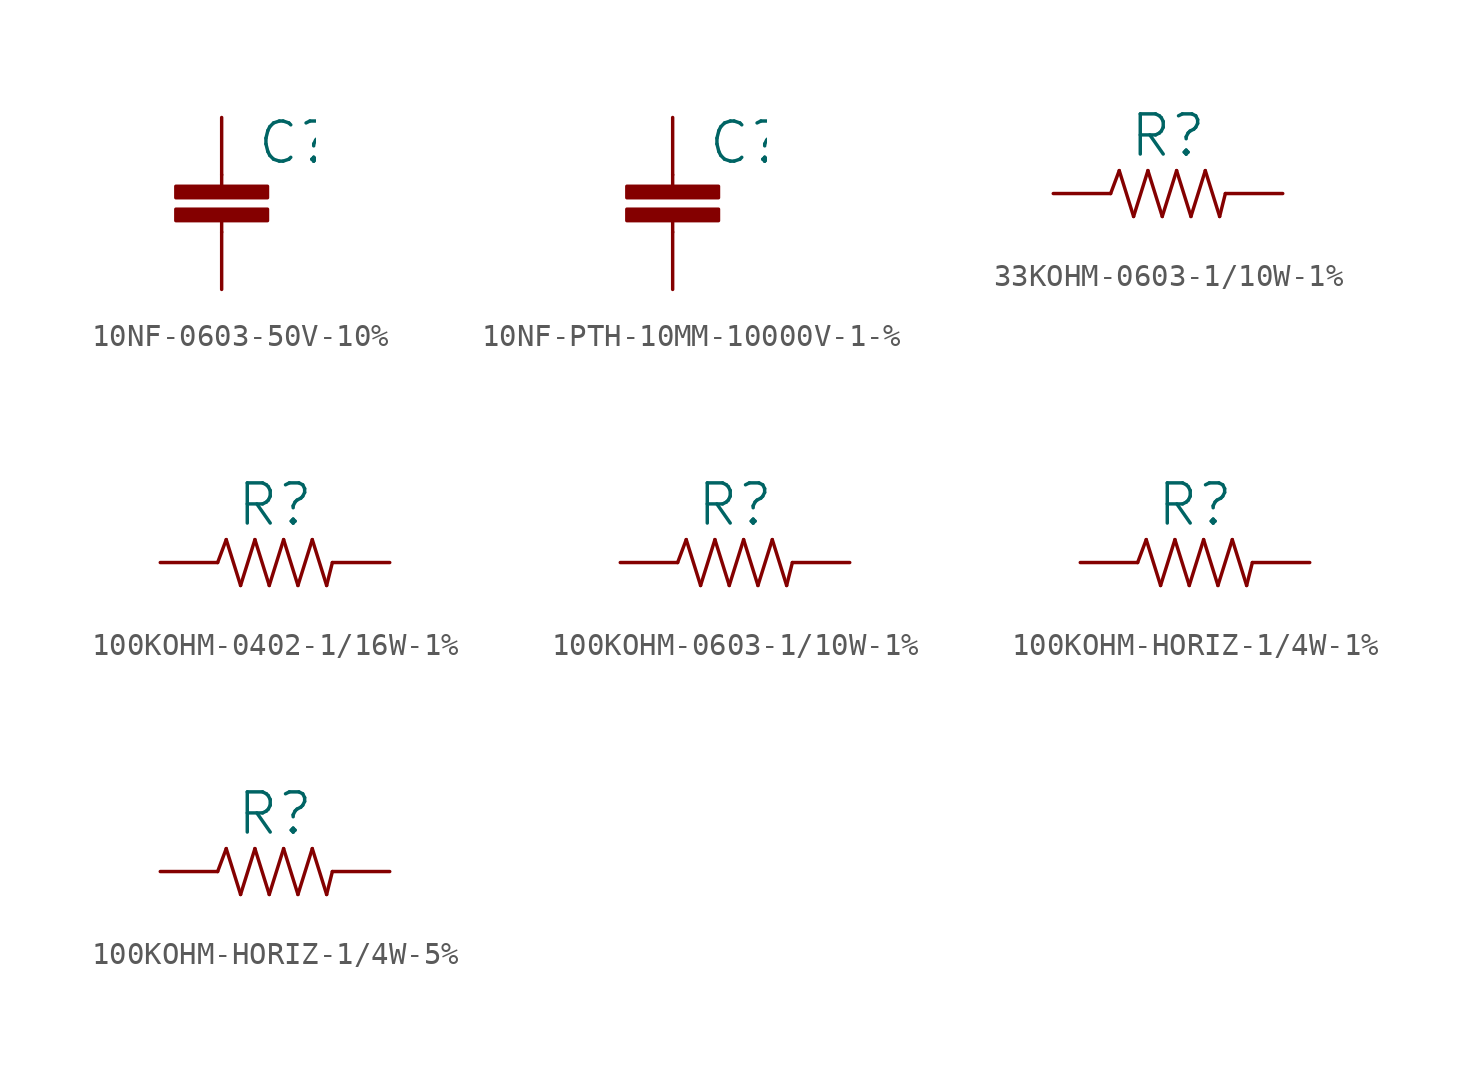
<source format=kicad_sym>
(kicad_symbol_lib
  (version 20220914)
  (generator kicad_symbol_editor)
  (symbol "10NF-0603-50V-10%"
    (property "Reference" "C"
      (at 1.524 2.921 0)
      (effects (font (size 1.778 1.778)) (justify left bottom)))
    (property "Value" ""
      (at 1.524 -2.159 0)
      (effects (font (size 1.778 1.778)) (justify left bottom)))
    (property "ki_locked" ""
      (at 0 0 0)
      (effects (font (size 1.27 1.27))))
    (symbol "10NF-0603-50V-10%_1_0"
      (rectangle (start -2.032 0.508) (end 2.032 1.016) (stroke (width 0) (type default)) (fill (type outline)))
      (rectangle (start -2.032 1.524) (end 2.032 2.032) (stroke (width 0) (type default)) (fill (type outline)))
      (polyline (pts (xy 0 0) (xy 0 0.508)) (stroke (width 0.152) (type solid)) (fill (type none)))
      (polyline (pts (xy 0 2.54) (xy 0 2.032)) (stroke (width 0.152) (type solid)) (fill (type none)))
      (pin passive line (at 0 5.08 270) (length 2.54) (name "1" (effects (font (size 0 0)))) (number "1" (effects (font (size 0 0)))))
      (pin passive line (at 0 -2.54 90) (length 2.54) (name "2" (effects (font (size 0 0)))) (number "2" (effects (font (size 0 0)))))))
  (symbol "10NF-PTH-10MM-10000V-1-%"
    (property "Reference" "C"
      (at 1.524 2.921 0)
      (effects (font (size 1.778 1.778)) (justify left bottom)))
    (property "Value" ""
      (at 1.524 -2.159 0)
      (effects (font (size 1.778 1.778)) (justify left bottom)))
    (property "ki_locked" ""
      (at 0 0 0)
      (effects (font (size 1.27 1.27))))
    (symbol "10NF-PTH-10MM-10000V-1-%_1_0"
      (rectangle (start -2.032 0.508) (end 2.032 1.016) (stroke (width 0) (type default)) (fill (type outline)))
      (rectangle (start -2.032 1.524) (end 2.032 2.032) (stroke (width 0) (type default)) (fill (type outline)))
      (polyline (pts (xy 0 0) (xy 0 0.508)) (stroke (width 0.152) (type solid)) (fill (type none)))
      (polyline (pts (xy 0 2.54) (xy 0 2.032)) (stroke (width 0.152) (type solid)) (fill (type none)))
      (pin passive line (at 0 5.08 270) (length 2.54) (name "1" (effects (font (size 0 0)))) (number "1" (effects (font (size 0 0)))))
      (pin passive line (at 0 -2.54 90) (length 2.54) (name "2" (effects (font (size 0 0)))) (number "2" (effects (font (size 0 0)))))))
  (symbol "33KOHM-0603-1/10W-1%"
    (property "Reference" "R"
      (at 0 1.524 0)
      (effects (font (size 1.778 1.778)) (justify bottom)))
    (property "Value" ""
      (at 0 -1.524 0)
      (effects (font (size 1.778 1.778)) (justify top)))
    (property "ki_locked" ""
      (at 0 0 0)
      (effects (font (size 1.27 1.27))))
    (symbol "33KOHM-0603-1/10W-1%_1_0"
      (polyline (pts (xy -2.54 0) (xy -2.159 1.016)) (stroke (width 0.152) (type solid)) (fill (type none)))
      (polyline (pts (xy -2.159 1.016) (xy -1.524 -1.016)) (stroke (width 0.152) (type solid)) (fill (type none)))
      (polyline (pts (xy -1.524 -1.016) (xy -0.889 1.016)) (stroke (width 0.152) (type solid)) (fill (type none)))
      (polyline (pts (xy -0.889 1.016) (xy -0.254 -1.016)) (stroke (width 0.152) (type solid)) (fill (type none)))
      (polyline (pts (xy -0.254 -1.016) (xy 0.381 1.016)) (stroke (width 0.152) (type solid)) (fill (type none)))
      (polyline (pts (xy 0.381 1.016) (xy 1.016 -1.016)) (stroke (width 0.152) (type solid)) (fill (type none)))
      (polyline (pts (xy 1.016 -1.016) (xy 1.651 1.016)) (stroke (width 0.152) (type solid)) (fill (type none)))
      (polyline (pts (xy 1.651 1.016) (xy 2.286 -1.016)) (stroke (width 0.152) (type solid)) (fill (type none)))
      (polyline (pts (xy 2.286 -1.016) (xy 2.54 0)) (stroke (width 0.152) (type solid)) (fill (type none)))
      (pin passive line (at -5.08 0 0) (length 2.54) (name "1" (effects (font (size 0 0)))) (number "1" (effects (font (size 0 0)))))
      (pin passive line (at 5.08 0 180) (length 2.54) (name "2" (effects (font (size 0 0)))) (number "2" (effects (font (size 0 0)))))))
  (symbol "100KOHM-0402-1/16W-1%"
    (property "Reference" "R"
      (at 0 1.524 0)
      (effects (font (size 1.778 1.778)) (justify bottom)))
    (property "Value" ""
      (at 0 -1.524 0)
      (effects (font (size 1.778 1.778)) (justify top)))
    (property "ki_locked" ""
      (at 0 0 0)
      (effects (font (size 1.27 1.27))))
    (symbol "100KOHM-0402-1/16W-1%_1_0"
      (polyline (pts (xy -2.54 0) (xy -2.159 1.016)) (stroke (width 0.152) (type solid)) (fill (type none)))
      (polyline (pts (xy -2.159 1.016) (xy -1.524 -1.016)) (stroke (width 0.152) (type solid)) (fill (type none)))
      (polyline (pts (xy -1.524 -1.016) (xy -0.889 1.016)) (stroke (width 0.152) (type solid)) (fill (type none)))
      (polyline (pts (xy -0.889 1.016) (xy -0.254 -1.016)) (stroke (width 0.152) (type solid)) (fill (type none)))
      (polyline (pts (xy -0.254 -1.016) (xy 0.381 1.016)) (stroke (width 0.152) (type solid)) (fill (type none)))
      (polyline (pts (xy 0.381 1.016) (xy 1.016 -1.016)) (stroke (width 0.152) (type solid)) (fill (type none)))
      (polyline (pts (xy 1.016 -1.016) (xy 1.651 1.016)) (stroke (width 0.152) (type solid)) (fill (type none)))
      (polyline (pts (xy 1.651 1.016) (xy 2.286 -1.016)) (stroke (width 0.152) (type solid)) (fill (type none)))
      (polyline (pts (xy 2.286 -1.016) (xy 2.54 0)) (stroke (width 0.152) (type solid)) (fill (type none)))
      (pin passive line (at -5.08 0 0) (length 2.54) (name "1" (effects (font (size 0 0)))) (number "1" (effects (font (size 0 0)))))
      (pin passive line (at 5.08 0 180) (length 2.54) (name "2" (effects (font (size 0 0)))) (number "2" (effects (font (size 0 0)))))))
  (symbol "100KOHM-0603-1/10W-1%"
    (property "Reference" "R"
      (at 0 1.524 0)
      (effects (font (size 1.778 1.778)) (justify bottom)))
    (property "Value" ""
      (at 0 -1.524 0)
      (effects (font (size 1.778 1.778)) (justify top)))
    (property "ki_locked" ""
      (at 0 0 0)
      (effects (font (size 1.27 1.27))))
    (symbol "100KOHM-0603-1/10W-1%_1_0"
      (polyline (pts (xy -2.54 0) (xy -2.159 1.016)) (stroke (width 0.152) (type solid)) (fill (type none)))
      (polyline (pts (xy -2.159 1.016) (xy -1.524 -1.016)) (stroke (width 0.152) (type solid)) (fill (type none)))
      (polyline (pts (xy -1.524 -1.016) (xy -0.889 1.016)) (stroke (width 0.152) (type solid)) (fill (type none)))
      (polyline (pts (xy -0.889 1.016) (xy -0.254 -1.016)) (stroke (width 0.152) (type solid)) (fill (type none)))
      (polyline (pts (xy -0.254 -1.016) (xy 0.381 1.016)) (stroke (width 0.152) (type solid)) (fill (type none)))
      (polyline (pts (xy 0.381 1.016) (xy 1.016 -1.016)) (stroke (width 0.152) (type solid)) (fill (type none)))
      (polyline (pts (xy 1.016 -1.016) (xy 1.651 1.016)) (stroke (width 0.152) (type solid)) (fill (type none)))
      (polyline (pts (xy 1.651 1.016) (xy 2.286 -1.016)) (stroke (width 0.152) (type solid)) (fill (type none)))
      (polyline (pts (xy 2.286 -1.016) (xy 2.54 0)) (stroke (width 0.152) (type solid)) (fill (type none)))
      (pin passive line (at -5.08 0 0) (length 2.54) (name "1" (effects (font (size 0 0)))) (number "1" (effects (font (size 0 0)))))
      (pin passive line (at 5.08 0 180) (length 2.54) (name "2" (effects (font (size 0 0)))) (number "2" (effects (font (size 0 0)))))))
  (symbol "100KOHM-HORIZ-1/4W-1%"
    (property "Reference" "R"
      (at 0 1.524 0)
      (effects (font (size 1.778 1.778)) (justify bottom)))
    (property "Value" ""
      (at 0 -1.524 0)
      (effects (font (size 1.778 1.778)) (justify top)))
    (property "ki_locked" ""
      (at 0 0 0)
      (effects (font (size 1.27 1.27))))
    (symbol "100KOHM-HORIZ-1/4W-1%_1_0"
      (polyline (pts (xy -2.54 0) (xy -2.159 1.016)) (stroke (width 0.152) (type solid)) (fill (type none)))
      (polyline (pts (xy -2.159 1.016) (xy -1.524 -1.016)) (stroke (width 0.152) (type solid)) (fill (type none)))
      (polyline (pts (xy -1.524 -1.016) (xy -0.889 1.016)) (stroke (width 0.152) (type solid)) (fill (type none)))
      (polyline (pts (xy -0.889 1.016) (xy -0.254 -1.016)) (stroke (width 0.152) (type solid)) (fill (type none)))
      (polyline (pts (xy -0.254 -1.016) (xy 0.381 1.016)) (stroke (width 0.152) (type solid)) (fill (type none)))
      (polyline (pts (xy 0.381 1.016) (xy 1.016 -1.016)) (stroke (width 0.152) (type solid)) (fill (type none)))
      (polyline (pts (xy 1.016 -1.016) (xy 1.651 1.016)) (stroke (width 0.152) (type solid)) (fill (type none)))
      (polyline (pts (xy 1.651 1.016) (xy 2.286 -1.016)) (stroke (width 0.152) (type solid)) (fill (type none)))
      (polyline (pts (xy 2.286 -1.016) (xy 2.54 0)) (stroke (width 0.152) (type solid)) (fill (type none)))
      (pin passive line (at -5.08 0 0) (length 2.54) (name "1" (effects (font (size 0 0)))) (number "P$1" (effects (font (size 0 0)))))
      (pin passive line (at 5.08 0 180) (length 2.54) (name "2" (effects (font (size 0 0)))) (number "P$2" (effects (font (size 0 0)))))))
  (symbol "100KOHM-HORIZ-1/4W-5%"
    (property "Reference" "R"
      (at 0 1.524 0)
      (effects (font (size 1.778 1.778)) (justify bottom)))
    (property "Value" ""
      (at 0 -1.524 0)
      (effects (font (size 1.778 1.778)) (justify top)))
    (property "ki_locked" ""
      (at 0 0 0)
      (effects (font (size 1.27 1.27))))
    (symbol "100KOHM-HORIZ-1/4W-5%_1_0"
      (polyline (pts (xy -2.54 0) (xy -2.159 1.016)) (stroke (width 0.152) (type solid)) (fill (type none)))
      (polyline (pts (xy -2.159 1.016) (xy -1.524 -1.016)) (stroke (width 0.152) (type solid)) (fill (type none)))
      (polyline (pts (xy -1.524 -1.016) (xy -0.889 1.016)) (stroke (width 0.152) (type solid)) (fill (type none)))
      (polyline (pts (xy -0.889 1.016) (xy -0.254 -1.016)) (stroke (width 0.152) (type solid)) (fill (type none)))
      (polyline (pts (xy -0.254 -1.016) (xy 0.381 1.016)) (stroke (width 0.152) (type solid)) (fill (type none)))
      (polyline (pts (xy 0.381 1.016) (xy 1.016 -1.016)) (stroke (width 0.152) (type solid)) (fill (type none)))
      (polyline (pts (xy 1.016 -1.016) (xy 1.651 1.016)) (stroke (width 0.152) (type solid)) (fill (type none)))
      (polyline (pts (xy 1.651 1.016) (xy 2.286 -1.016)) (stroke (width 0.152) (type solid)) (fill (type none)))
      (polyline (pts (xy 2.286 -1.016) (xy 2.54 0)) (stroke (width 0.152) (type solid)) (fill (type none)))
      (pin passive line (at -5.08 0 0) (length 2.54) (name "1" (effects (font (size 0 0)))) (number "P$1" (effects (font (size 0 0)))))
      (pin passive line (at 5.08 0 180) (length 2.54) (name "2" (effects (font (size 0 0)))) (number "P$2" (effects (font (size 0 0))))))))
</source>
